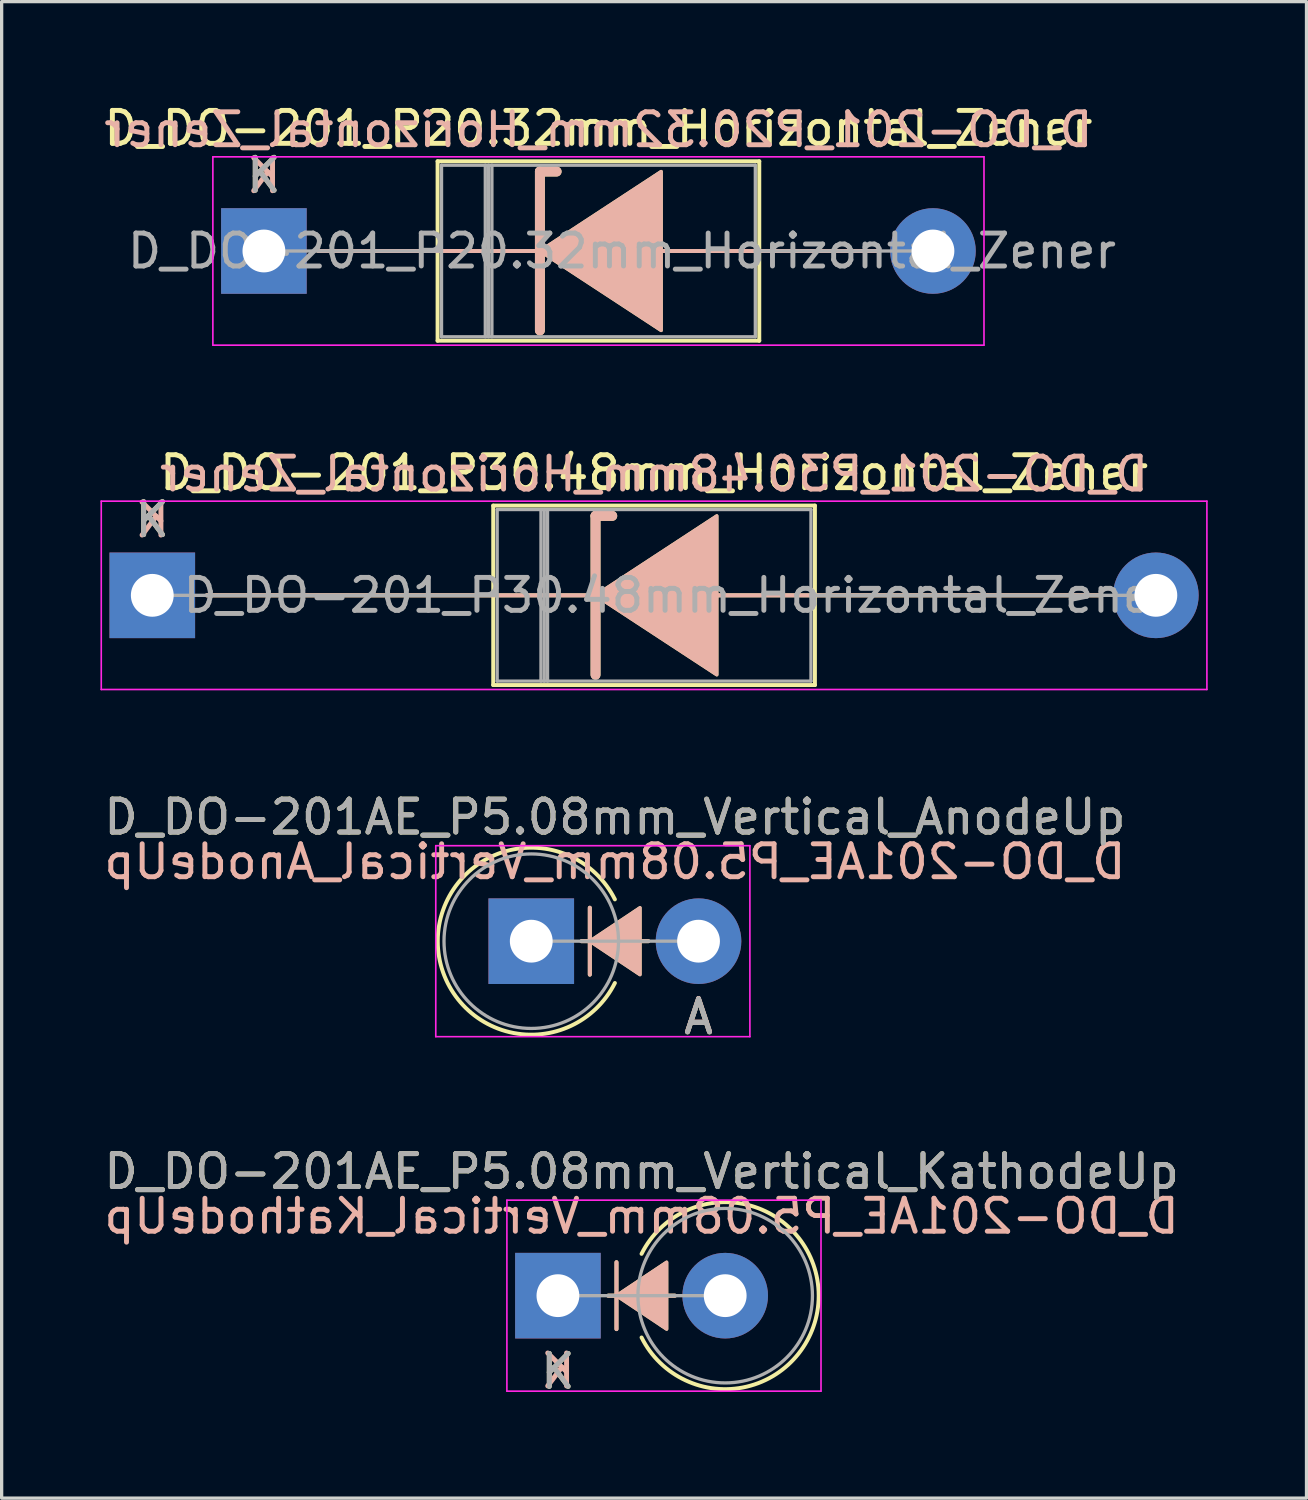
<source format=kicad_pcb>
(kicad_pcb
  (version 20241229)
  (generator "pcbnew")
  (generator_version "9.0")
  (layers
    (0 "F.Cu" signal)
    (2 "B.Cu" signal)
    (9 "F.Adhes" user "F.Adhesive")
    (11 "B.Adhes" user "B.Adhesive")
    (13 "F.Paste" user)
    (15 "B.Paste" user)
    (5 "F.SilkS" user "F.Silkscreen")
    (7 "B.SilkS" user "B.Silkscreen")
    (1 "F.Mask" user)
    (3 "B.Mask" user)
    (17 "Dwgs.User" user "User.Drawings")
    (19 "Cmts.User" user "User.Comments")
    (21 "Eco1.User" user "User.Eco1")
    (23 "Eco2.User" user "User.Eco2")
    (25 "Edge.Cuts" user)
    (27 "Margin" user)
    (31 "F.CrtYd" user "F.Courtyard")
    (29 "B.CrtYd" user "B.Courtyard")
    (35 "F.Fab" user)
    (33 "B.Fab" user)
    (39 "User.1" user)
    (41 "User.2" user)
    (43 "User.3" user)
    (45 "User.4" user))
  (footprint "D_DO-201_P30.48mm_Horizontal_Zener"
    (layer "F.Cu")
    (at 1.575 15.031)
    (property "Reference" "D_DO-201_P30.48mm_Horizontal_Zener" (at 15.24 -3.725 0) (layer "F.SilkS") (effects (font (size 1 1) (thickness 0.15))))
    (fp_line (start 1.651 0) (end 10.355 0) (stroke (width 0.12) (type solid)) (layer "F.SilkS"))
    (fp_line (start 10.355 -2.725) (end 10.355 2.725) (stroke (width 0.12) (type solid)) (layer "F.SilkS"))
    (fp_line (start 10.355 2.725) (end 20.125 2.725) (stroke (width 0.12) (type solid)) (layer "F.SilkS"))
    (fp_line (start 13.462 -2.413) (end 13.462 2.413) (stroke (width 0.3) (type solid)) (layer "F.SilkS"))
    (fp_line (start 13.462 -2.413) (end 13.97 -2.413) (stroke (width 0.3) (type solid)) (layer "F.SilkS"))
    (fp_line (start 13.462 0) (end 10.355 0) (stroke (width 0.12) (type solid)) (layer "F.SilkS"))
    (fp_line (start 17.145 0) (end 20.125 0) (stroke (width 0.12) (type solid)) (layer "F.SilkS"))
    (fp_line (start 20.125 -2.725) (end 10.355 -2.725) (stroke (width 0.12) (type solid)) (layer "F.SilkS"))
    (fp_line (start 20.125 2.725) (end 20.125 -2.725) (stroke (width 0.12) (type solid)) (layer "F.SilkS"))
    (fp_line (start 28.829 0) (end 20.125 0) (stroke (width 0.12) (type solid)) (layer "F.SilkS"))
    (fp_poly (pts (xy 17.145 2.413) (xy 13.462 0) (xy 17.145 -2.413)) (stroke (width 0.1) (type solid)) (fill yes) (layer "F.SilkS"))
    (fp_line (start 1.651 0) (end 10.355 0) (stroke (width 0.12) (type solid)) (layer "B.SilkS"))
    (fp_line (start 13.462 -2.413) (end 13.97 -2.413) (stroke (width 0.3) (type solid)) (layer "B.SilkS"))
    (fp_line (start 13.462 0) (end 10.355 0) (stroke (width 0.12) (type solid)) (layer "B.SilkS"))
    (fp_line (start 13.462 2.413) (end 13.462 -2.413) (stroke (width 0.3) (type solid)) (layer "B.SilkS"))
    (fp_line (start 17.145 0) (end 20.125 0) (stroke (width 0.12) (type solid)) (layer "B.SilkS"))
    (fp_line (start 28.829 0) (end 20.125 0) (stroke (width 0.12) (type solid)) (layer "B.SilkS"))
    (fp_poly (pts (xy 17.145 -2.413) (xy 13.462 0) (xy 17.145 2.413)) (stroke (width 0.1) (type solid)) (fill yes) (layer "B.SilkS"))
    (fp_line (start -1.55 -2.86) (end -1.55 2.86) (stroke (width 0.05) (type solid)) (layer "F.CrtYd"))
    (fp_line (start -1.55 2.86) (end 32.03 2.86) (stroke (width 0.05) (type solid)) (layer "F.CrtYd"))
    (fp_line (start 32.03 -2.86) (end -1.55 -2.86) (stroke (width 0.05) (type solid)) (layer "F.CrtYd"))
    (fp_line (start 32.03 2.86) (end 32.03 -2.86) (stroke (width 0.05) (type solid)) (layer "F.CrtYd"))
    (fp_line (start 0 0) (end 10.475 0) (stroke (width 0.1) (type solid)) (layer "F.Fab"))
    (fp_line (start 10.475 -2.605) (end 10.475 2.605) (stroke (width 0.1) (type solid)) (layer "F.Fab"))
    (fp_line (start 10.475 2.605) (end 20.005 2.605) (stroke (width 0.1) (type solid)) (layer "F.Fab"))
    (fp_line (start 11.805 -2.605) (end 11.805 2.605) (stroke (width 0.1) (type solid)) (layer "F.Fab"))
    (fp_line (start 11.905 -2.605) (end 11.905 2.605) (stroke (width 0.1) (type solid)) (layer "F.Fab"))
    (fp_line (start 12.005 -2.605) (end 12.005 2.605) (stroke (width 0.1) (type solid)) (layer "F.Fab"))
    (fp_line (start 20.005 -2.605) (end 10.475 -2.605) (stroke (width 0.1) (type solid)) (layer "F.Fab"))
    (fp_line (start 20.005 2.605) (end 20.005 -2.605) (stroke (width 0.1) (type solid)) (layer "F.Fab"))
    (fp_line (start 30.48 0) (end 20.005 0) (stroke (width 0.1) (type solid)) (layer "F.Fab"))
    (fp_text user "K" (at 0 -2.3 0) (layer "F.SilkS") (effects (font (size 1 1) (thickness 0.15))))
    (fp_text user "K" (at 0 -2.286 0) (layer "B.SilkS") (effects (font (size 1 1) (thickness 0.15)) (justify mirror)))
    (fp_text user "${REFERENCE}" (at 15.24 -3.683 0) (layer "B.SilkS") (effects (font (size 1 1) (thickness 0.15)) (justify mirror)))
    (fp_text user "K" (at 0 -2.3 0) (layer "F.Fab") (effects (font (size 1 1) (thickness 0.15))))
    (fp_text user "${REFERENCE}" (at 15.955 0 0) (layer "F.Fab") (effects (font (size 1 1) (thickness 0.15))))
    (pad "1" thru_hole rect (at 0 0) (size 2.6 2.6) (drill 1.3) (layers "*.Cu" "*.Mask"))
    (pad "2" thru_hole oval (at 30.48 0) (size 2.6 2.6) (drill 1.3) (layers "*.Cu" "*.Mask")))
  (footprint "D_DO-201AE_P5.08mm_Vertical_AnodeUp"
    (layer "F.Cu")
    (at 13.085 25.535)
    (property "Reference" "D_DO-201AE_P5.08mm_Vertical_AnodeUp" (at 2.54 -3.77 0) (layer "F.SilkS") (effects (font (size 1 1) (thickness 0.15))))
    (fp_line (start 1.524 0) (end 3.556 0) (stroke (width 0.12) (type solid)) (layer "F.SilkS"))
    (fp_line (start 1.778 1.016) (end 1.778 -1.016) (stroke (width 0.12) (type solid)) (layer "F.SilkS"))
    (fp_arc (start 2.539999 1.27) (mid -2.839805 0.000001) (end 2.539999 -1.269999) (stroke (width 0.12) (type solid)) (layer "F.SilkS"))
    (fp_poly (pts (xy 3.302 1.016) (xy 1.778 0) (xy 3.302 -1.016)) (stroke (width 0.1) (type solid)) (fill yes) (layer "F.SilkS"))
    (fp_line (start 1.524 0) (end 3.556 0) (stroke (width 0.12) (type solid)) (layer "B.SilkS"))
    (fp_line (start 1.778 -1.016) (end 1.778 1.016) (stroke (width 0.12) (type solid)) (layer "B.SilkS"))
    (fp_poly (pts (xy 3.302 -1.016) (xy 1.778 0) (xy 3.302 1.016)) (stroke (width 0.1) (type solid)) (fill yes) (layer "B.SilkS"))
    (fp_line (start -2.9 -2.9) (end -2.9 2.9) (stroke (width 0.05) (type solid)) (layer "F.CrtYd"))
    (fp_line (start -2.9 2.9) (end 6.64 2.9) (stroke (width 0.05) (type solid)) (layer "F.CrtYd"))
    (fp_line (start 6.64 -2.9) (end -2.9 -2.9) (stroke (width 0.05) (type solid)) (layer "F.CrtYd"))
    (fp_line (start 6.64 2.9) (end 6.64 -2.9) (stroke (width 0.05) (type solid)) (layer "F.CrtYd"))
    (fp_line (start 0 0) (end 5.08 0) (stroke (width 0.1) (type solid)) (layer "F.Fab"))
    (fp_circle (center 0 0) (end 2.65 0) (stroke (width 0.1) (type solid)) (fill no) (layer "F.Fab"))
    (fp_text user "A" (at 5.08 2.3 0) (layer "F.SilkS") (effects (font (size 1 1) (thickness 0.15))))
    (fp_text user "A" (at 5.08 2.286 0) (layer "B.SilkS") (effects (font (size 1 1) (thickness 0.15)) (justify mirror)))
    (fp_text user "${REFERENCE}" (at 2.54 -2.413 0) (layer "B.SilkS") (effects (font (size 1 1) (thickness 0.15)) (justify mirror)))
    (fp_text user "A" (at 5.08 2.3 0) (layer "F.Fab") (effects (font (size 1 1) (thickness 0.15))))
    (fp_text user "${REFERENCE}" (at 2.54 -3.77 0) (layer "F.Fab") (effects (font (size 1 1) (thickness 0.15))))
    (pad "1" thru_hole rect (at 0 0) (size 2.6 2.6) (drill 1.3) (layers "*.Cu" "*.Mask"))
    (pad "2" thru_hole oval (at 5.08 0) (size 2.6 2.6) (drill 1.3) (layers "*.Cu" "*.Mask")))
  (footprint "D_DO-201AE_P5.08mm_Vertical_KathodeUp"
    (layer "F.Cu")
    (at 13.895 36.301)
    (property "Reference" "D_DO-201AE_P5.08mm_Vertical_KathodeUp" (at 2.54 -3.77 0) (layer "F.SilkS") (effects (font (size 1 1) (thickness 0.15))))
    (fp_line (start 1.524 0) (end 3.556 0) (stroke (width 0.12) (type solid)) (layer "F.SilkS"))
    (fp_line (start 1.778 1.016) (end 1.778 -1.016) (stroke (width 0.12) (type solid)) (layer "F.SilkS"))
    (fp_arc (start 2.54 -1.269999) (mid 7.919804 0) (end 2.54 1.27) (stroke (width 0.12) (type solid)) (layer "F.SilkS"))
    (fp_poly (pts (xy 3.302 1.016) (xy 1.778 0) (xy 3.302 -1.016)) (stroke (width 0.1) (type solid)) (fill yes) (layer "F.SilkS"))
    (fp_line (start 1.524 0) (end 3.556 0) (stroke (width 0.12) (type solid)) (layer "B.SilkS"))
    (fp_line (start 1.778 -1.016) (end 1.778 1.016) (stroke (width 0.12) (type solid)) (layer "B.SilkS"))
    (fp_poly (pts (xy 3.302 -1.016) (xy 1.778 0) (xy 3.302 1.016)) (stroke (width 0.1) (type solid)) (fill yes) (layer "B.SilkS"))
    (fp_line (start -1.55 -2.9) (end -1.55 2.9) (stroke (width 0.05) (type solid)) (layer "F.CrtYd"))
    (fp_line (start -1.55 2.9) (end 7.99 2.9) (stroke (width 0.05) (type solid)) (layer "F.CrtYd"))
    (fp_line (start 7.99 -2.9) (end -1.55 -2.9) (stroke (width 0.05) (type solid)) (layer "F.CrtYd"))
    (fp_line (start 7.99 2.9) (end 7.99 -2.9) (stroke (width 0.05) (type solid)) (layer "F.CrtYd"))
    (fp_line (start 0 0) (end 5.08 0) (stroke (width 0.1) (type solid)) (layer "F.Fab"))
    (fp_circle (center 5.08 0) (end 7.73 0) (stroke (width 0.1) (type solid)) (fill no) (layer "F.Fab"))
    (fp_text user "K" (at 0 2.3 0) (layer "F.SilkS") (effects (font (size 1 1) (thickness 0.15))))
    (fp_text user "${REFERENCE}" (at 2.54 -2.413 0) (layer "B.SilkS") (effects (font (size 1 1) (thickness 0.15)) (justify mirror)))
    (fp_text user "K" (at 0 2.286 0) (layer "B.SilkS") (effects (font (size 1 1) (thickness 0.15)) (justify mirror)))
    (fp_text user "${REFERENCE}" (at 2.54 -3.77 0) (layer "F.Fab") (effects (font (size 1 1) (thickness 0.15))))
    (fp_text user "K" (at 0 2.3 0) (layer "F.Fab") (effects (font (size 1 1) (thickness 0.15))))
    (pad "1" thru_hole rect (at 0 0) (size 2.6 2.6) (drill 1.3) (layers "*.Cu" "*.Mask"))
    (pad "2" thru_hole oval (at 5.08 0) (size 2.6 2.6) (drill 1.3) (layers "*.Cu" "*.Mask")))
  (footprint "D_DO-201_P20.32mm_Horizontal_Zener"
    (layer "F.Cu")
    (at 4.965 4.573)
    (property "Reference" "D_DO-201_P20.32mm_Horizontal_Zener" (at 10.16 -3.725 0) (layer "F.SilkS") (effects (font (size 1 1) (thickness 0.15))))
    (fp_line (start 1.651 0) (end 5.275 0) (stroke (width 0.12) (type solid)) (layer "F.SilkS"))
    (fp_line (start 5.275 -2.725) (end 5.275 2.725) (stroke (width 0.12) (type solid)) (layer "F.SilkS"))
    (fp_line (start 5.275 2.725) (end 15.045 2.725) (stroke (width 0.12) (type solid)) (layer "F.SilkS"))
    (fp_line (start 8.382 -2.413) (end 8.382 2.413) (stroke (width 0.3) (type solid)) (layer "F.SilkS"))
    (fp_line (start 8.382 -2.413) (end 8.89 -2.413) (stroke (width 0.3) (type solid)) (layer "F.SilkS"))
    (fp_line (start 8.382 0) (end 5.275 0) (stroke (width 0.12) (type solid)) (layer "F.SilkS"))
    (fp_line (start 12.065 0) (end 15.045 0) (stroke (width 0.12) (type solid)) (layer "F.SilkS"))
    (fp_line (start 15.045 -2.725) (end 5.275 -2.725) (stroke (width 0.12) (type solid)) (layer "F.SilkS"))
    (fp_line (start 15.045 2.725) (end 15.045 -2.725) (stroke (width 0.12) (type solid)) (layer "F.SilkS"))
    (fp_line (start 18.669 0) (end 15.045 0) (stroke (width 0.12) (type solid)) (layer "F.SilkS"))
    (fp_poly (pts (xy 12.065 2.413) (xy 8.382 0) (xy 12.065 -2.413)) (stroke (width 0.1) (type solid)) (fill yes) (layer "F.SilkS"))
    (fp_line (start 1.651 0) (end 5.275 0) (stroke (width 0.12) (type solid)) (layer "B.SilkS"))
    (fp_line (start 8.382 -2.413) (end 8.89 -2.413) (stroke (width 0.3) (type solid)) (layer "B.SilkS"))
    (fp_line (start 8.382 0) (end 5.275 0) (stroke (width 0.12) (type solid)) (layer "B.SilkS"))
    (fp_line (start 8.382 2.413) (end 8.382 -2.413) (stroke (width 0.3) (type solid)) (layer "B.SilkS"))
    (fp_line (start 12.065 0) (end 15.045 0) (stroke (width 0.12) (type solid)) (layer "B.SilkS"))
    (fp_line (start 18.669 0) (end 15.045 0) (stroke (width 0.12) (type solid)) (layer "B.SilkS"))
    (fp_poly (pts (xy 12.065 -2.413) (xy 8.382 0) (xy 12.065 2.413)) (stroke (width 0.1) (type solid)) (fill yes) (layer "B.SilkS"))
    (fp_line (start -1.55 -2.86) (end -1.55 2.86) (stroke (width 0.05) (type solid)) (layer "F.CrtYd"))
    (fp_line (start -1.55 2.86) (end 21.87 2.86) (stroke (width 0.05) (type solid)) (layer "F.CrtYd"))
    (fp_line (start 21.87 -2.86) (end -1.55 -2.86) (stroke (width 0.05) (type solid)) (layer "F.CrtYd"))
    (fp_line (start 21.87 2.86) (end 21.87 -2.86) (stroke (width 0.05) (type solid)) (layer "F.CrtYd"))
    (fp_line (start 0 0) (end 5.395 0) (stroke (width 0.1) (type solid)) (layer "F.Fab"))
    (fp_line (start 5.395 -2.605) (end 5.395 2.605) (stroke (width 0.1) (type solid)) (layer "F.Fab"))
    (fp_line (start 5.395 2.605) (end 14.925 2.605) (stroke (width 0.1) (type solid)) (layer "F.Fab"))
    (fp_line (start 6.724 -2.605) (end 6.724 2.605) (stroke (width 0.1) (type solid)) (layer "F.Fab"))
    (fp_line (start 6.824 -2.605) (end 6.824 2.605) (stroke (width 0.1) (type solid)) (layer "F.Fab"))
    (fp_line (start 6.925 -2.605) (end 6.925 2.605) (stroke (width 0.1) (type solid)) (layer "F.Fab"))
    (fp_line (start 14.925 -2.605) (end 5.395 -2.605) (stroke (width 0.1) (type solid)) (layer "F.Fab"))
    (fp_line (start 14.925 2.605) (end 14.925 -2.605) (stroke (width 0.1) (type solid)) (layer "F.Fab"))
    (fp_line (start 20.32 0) (end 14.925 0) (stroke (width 0.1) (type solid)) (layer "F.Fab"))
    (fp_text user "K" (at 0 -2.3 0) (layer "F.SilkS") (effects (font (size 1 1) (thickness 0.15))))
    (fp_text user "K" (at 0 -2.286 0) (layer "B.SilkS") (effects (font (size 1 1) (thickness 0.15)) (justify mirror)))
    (fp_text user "${REFERENCE}" (at 10.16 -3.683 0) (layer "B.SilkS") (effects (font (size 1 1) (thickness 0.15)) (justify mirror)))
    (fp_text user "K" (at 0 -2.3 0) (layer "F.Fab") (effects (font (size 1 1) (thickness 0.15))))
    (fp_text user "${REFERENCE}" (at 10.875 0 0) (layer "F.Fab") (effects (font (size 1 1) (thickness 0.15))))
    (pad "1" thru_hole rect (at 0 0) (size 2.6 2.6) (drill 1.3) (layers "*.Cu" "*.Mask"))
    (pad "2" thru_hole oval (at 20.32 0) (size 2.6 2.6) (drill 1.3) (layers "*.Cu" "*.Mask")))
  (gr_rect
    (start -3 -3)
    (end 36.63 42.45)
    (stroke (width 0.1) (type default))
    (fill no)
    (layer "Edge.Cuts")))
</source>
